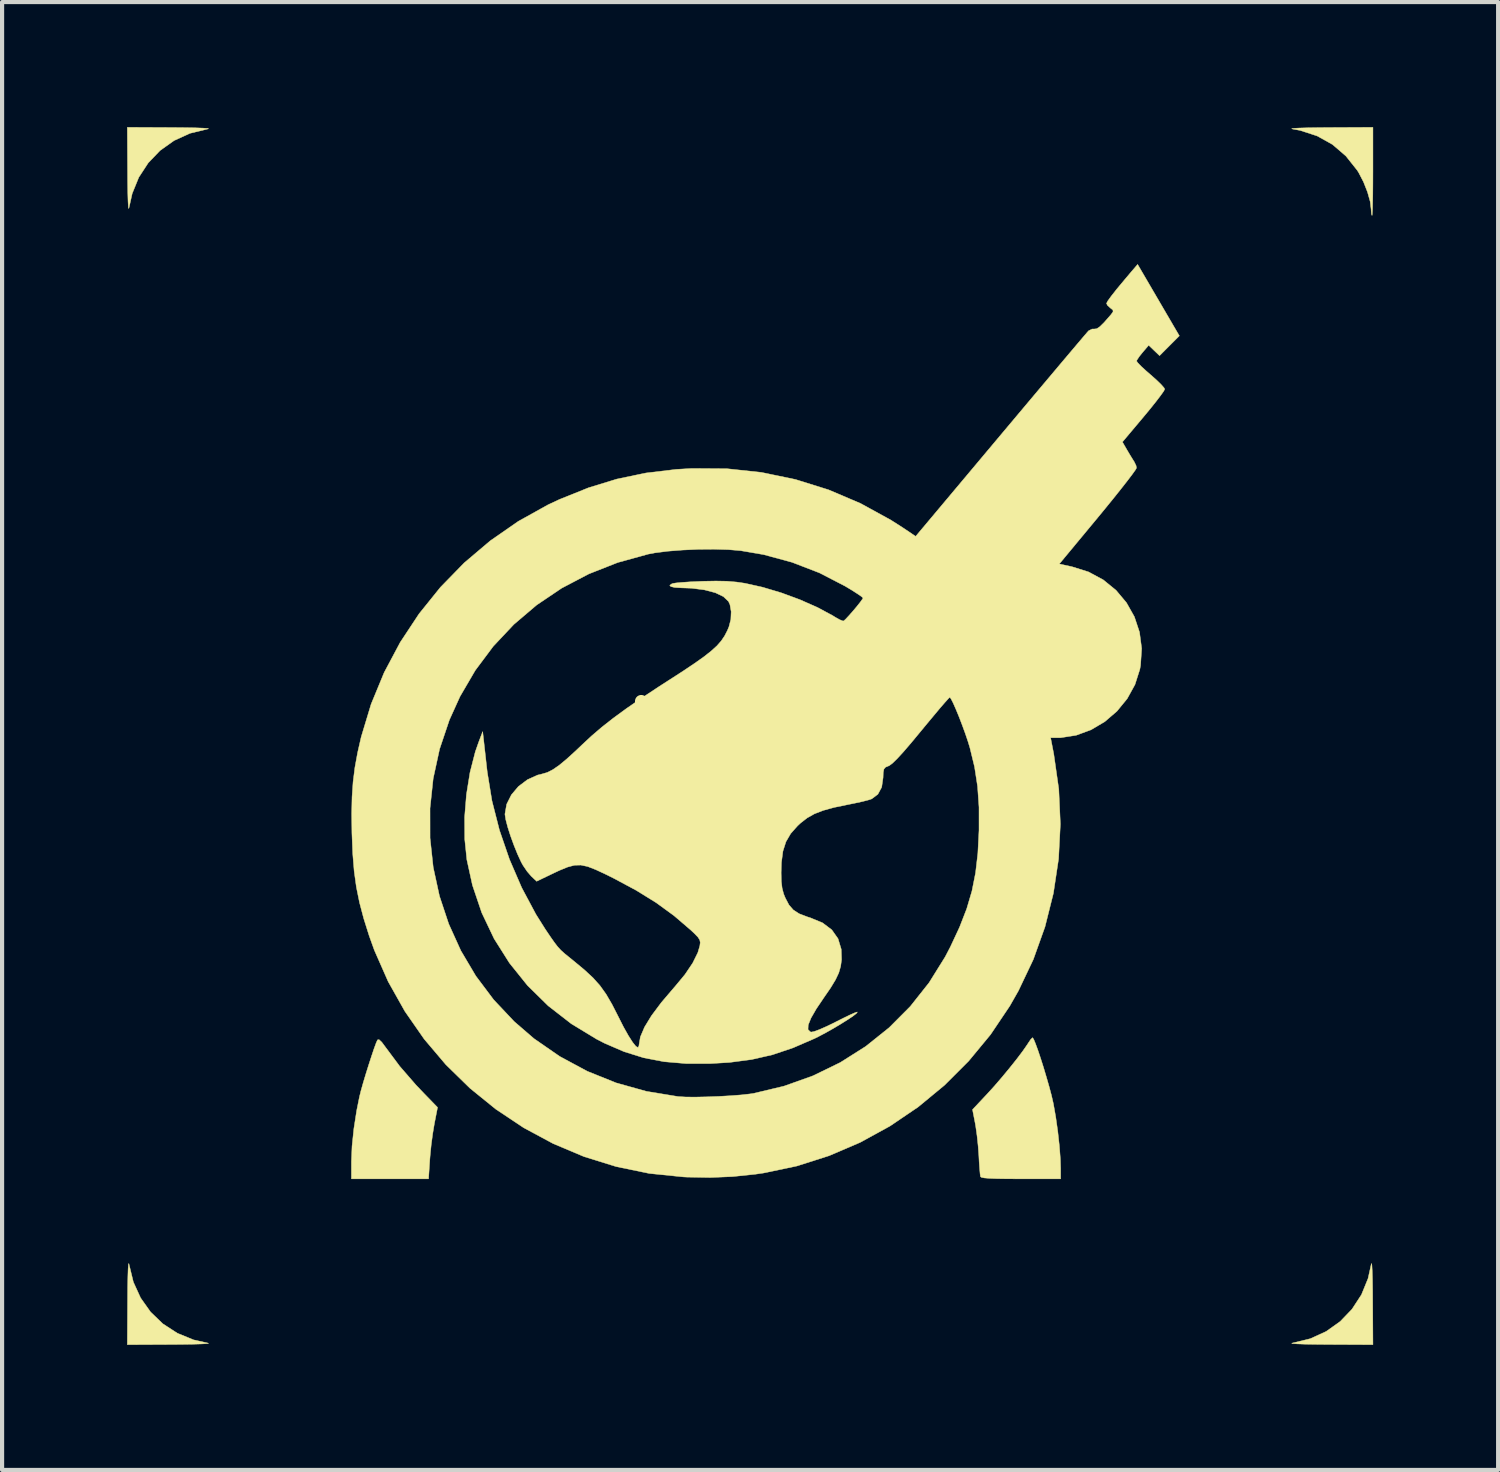
<source format=kicad_pcb>
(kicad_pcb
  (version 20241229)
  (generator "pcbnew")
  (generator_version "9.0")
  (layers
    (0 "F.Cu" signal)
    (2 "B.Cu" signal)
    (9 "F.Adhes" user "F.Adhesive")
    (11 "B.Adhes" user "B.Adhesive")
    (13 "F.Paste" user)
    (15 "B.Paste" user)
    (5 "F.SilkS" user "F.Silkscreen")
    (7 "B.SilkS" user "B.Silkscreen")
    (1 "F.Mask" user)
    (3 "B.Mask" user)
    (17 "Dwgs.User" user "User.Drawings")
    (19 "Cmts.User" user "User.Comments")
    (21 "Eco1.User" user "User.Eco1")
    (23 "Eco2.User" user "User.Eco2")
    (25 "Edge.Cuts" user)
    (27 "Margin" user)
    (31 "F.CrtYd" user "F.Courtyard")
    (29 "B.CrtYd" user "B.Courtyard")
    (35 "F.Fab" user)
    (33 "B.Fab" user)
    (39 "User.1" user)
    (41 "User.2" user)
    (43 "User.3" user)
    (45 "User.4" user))
  (footprint "LOGO"
    (layer "F.Cu")
    (at 14.949 14.61)
    (property "Reference" "LOGO" (at 0 0 0) (layer "F.SilkS") (effects (font (size 1.524 1.524) (thickness 0.3))))
    (attr through_hole)
    (fp_poly (pts (xy -14.901 12.684) (xy -14.799 13.102) (xy -14.625 13.483) (xy -14.387 13.819) (xy -14.091 14.104) (xy -13.744 14.329) (xy -13.355 14.489) (xy -13.022 14.563) (xy -12.994 14.572) (xy -13.046 14.581) (xy -13.174 14.588) (xy -13.375 14.594) (xy -13.645 14.598) (xy -13.875 14.6) (xy -14.944 14.605) (xy -14.938 13.536) (xy -14.936 13.221) (xy -14.931 12.971) (xy -14.925 12.791) (xy -14.917 12.684) (xy -14.908 12.655) (xy -14.901 12.684)) (stroke (width 0.01) (type solid)) (fill yes) (layer "F.SilkS"))
    (fp_poly (pts (xy -13.875 -14.6) (xy -13.559 -14.597) (xy -13.31 -14.593) (xy -13.129 -14.586) (xy -13.023 -14.579) (xy -12.994 -14.57) (xy -13.022 -14.563) (xy -13.441 -14.461) (xy -13.822 -14.287) (xy -14.158 -14.048) (xy -14.442 -13.752) (xy -14.668 -13.406) (xy -14.827 -13.016) (xy -14.901 -12.684) (xy -14.911 -12.655) (xy -14.92 -12.707) (xy -14.927 -12.836) (xy -14.933 -13.037) (xy -14.937 -13.306) (xy -14.938 -13.536) (xy -14.944 -14.605) (xy -13.875 -14.6)) (stroke (width 0.01) (type solid)) (fill yes) (layer "F.SilkS"))
    (fp_poly (pts (xy 14.92 12.707) (xy 14.927 12.836) (xy 14.933 13.037) (xy 14.937 13.306) (xy 14.938 13.536) (xy 14.944 14.605) (xy 13.875 14.6) (xy 13.559 14.597) (xy 13.31 14.593) (xy 13.129 14.586) (xy 13.023 14.579) (xy 12.994 14.57) (xy 13.022 14.563) (xy 13.441 14.461) (xy 13.822 14.287) (xy 14.158 14.048) (xy 14.442 13.752) (xy 14.668 13.406) (xy 14.827 13.016) (xy 14.901 12.684) (xy 14.911 12.655) (xy 14.92 12.707)) (stroke (width 0.01) (type solid)) (fill yes) (layer "F.SilkS"))
    (fp_poly (pts (xy 14.944 -13.547) (xy 14.943 -13.257) (xy 14.941 -12.998) (xy 14.937 -12.781) (xy 14.933 -12.616) (xy 14.927 -12.515) (xy 14.922 -12.488) (xy 14.908 -12.526) (xy 14.901 -12.617) (xy 14.901 -12.632) (xy 14.878 -12.823) (xy 14.813 -13.053) (xy 14.718 -13.294) (xy 14.603 -13.516) (xy 14.569 -13.571) (xy 14.295 -13.916) (xy 13.973 -14.193) (xy 13.605 -14.398) (xy 13.196 -14.531) (xy 13.022 -14.563) (xy 12.994 -14.572) (xy 13.046 -14.581) (xy 13.174 -14.588) (xy 13.375 -14.594) (xy 13.645 -14.598) (xy 13.875 -14.6) (xy 14.944 -14.605) (xy 14.944 -13.547)) (stroke (width 0.01) (type solid)) (fill yes) (layer "F.SilkS"))
    (fp_poly (pts (xy -8.837 7.348) (xy -8.739 7.48) (xy -8.408 7.924) (xy -8.015 8.377) (xy -7.829 8.572) (xy -7.5 8.911) (xy -7.578 9.311) (xy -7.616 9.539) (xy -7.652 9.806) (xy -7.678 10.068) (xy -7.686 10.168) (xy -7.716 10.626) (xy -9.567 10.626) (xy -9.567 10.213) (xy -9.552 9.841) (xy -9.508 9.421) (xy -9.44 8.984) (xy -9.374 8.657) (xy -9.338 8.512) (xy -9.285 8.323) (xy -9.221 8.11) (xy -9.152 7.89) (xy -9.084 7.681) (xy -9.023 7.499) (xy -8.973 7.363) (xy -8.94 7.291) (xy -8.94 7.291) (xy -8.903 7.286) (xy -8.837 7.348)) (stroke (width 0.01) (type solid)) (fill yes) (layer "F.SilkS"))
    (fp_poly (pts (xy 6.804 7.277) (xy 6.848 7.383) (xy 6.906 7.542) (xy 6.972 7.739) (xy 7.042 7.96) (xy 7.111 8.192) (xy 7.176 8.418) (xy 7.231 8.625) (xy 7.271 8.799) (xy 7.277 8.826) (xy 7.333 9.144) (xy 7.382 9.489) (xy 7.42 9.835) (xy 7.444 10.151) (xy 7.451 10.376) (xy 7.451 10.626) (xy 6.497 10.626) (xy 6.17 10.625) (xy 5.92 10.621) (xy 5.738 10.614) (xy 5.617 10.604) (xy 5.549 10.59) (xy 5.527 10.573) (xy 5.518 10.51) (xy 5.507 10.384) (xy 5.495 10.213) (xy 5.488 10.075) (xy 5.471 9.842) (xy 5.445 9.595) (xy 5.414 9.375) (xy 5.401 9.298) (xy 5.336 8.964) (xy 5.679 8.599) (xy 5.854 8.407) (xy 6.041 8.19) (xy 6.228 7.964) (xy 6.401 7.747) (xy 6.547 7.553) (xy 6.653 7.4) (xy 6.677 7.362) (xy 6.734 7.278) (xy 6.775 7.239) (xy 6.778 7.239) (xy 6.804 7.277)) (stroke (width 0.01) (type solid)) (fill yes) (layer "F.SilkS"))
    (fp_poly (pts (xy 10.299 -9.602) (xy 10.061 -9.364) (xy 9.824 -9.126) (xy 9.693 -9.251) (xy 9.563 -9.376) (xy 9.419 -9.207) (xy 9.336 -9.104) (xy 9.283 -9.023) (xy 9.273 -8.996) (xy 9.303 -8.953) (xy 9.384 -8.869) (xy 9.505 -8.758) (xy 9.61 -8.667) (xy 9.75 -8.543) (xy 9.862 -8.434) (xy 9.932 -8.354) (xy 9.948 -8.322) (xy 9.922 -8.272) (xy 9.849 -8.169) (xy 9.739 -8.025) (xy 9.599 -7.85) (xy 9.441 -7.659) (xy 8.933 -7.055) (xy 9.045 -6.861) (xy 9.121 -6.733) (xy 9.189 -6.623) (xy 9.214 -6.584) (xy 9.26 -6.49) (xy 9.271 -6.432) (xy 9.245 -6.385) (xy 9.17 -6.28) (xy 9.054 -6.127) (xy 8.902 -5.933) (xy 8.721 -5.706) (xy 8.516 -5.454) (xy 8.345 -5.246) (xy 7.418 -4.128) (xy 7.723 -4.062) (xy 8.121 -3.937) (xy 8.475 -3.746) (xy 8.78 -3.497) (xy 9.03 -3.199) (xy 9.22 -2.862) (xy 9.343 -2.492) (xy 9.395 -2.1) (xy 9.368 -1.693) (xy 9.351 -1.6) (xy 9.234 -1.233) (xy 9.048 -0.896) (xy 8.803 -0.596) (xy 8.51 -0.344) (xy 8.179 -0.148) (xy 7.822 -0.017) (xy 7.45 0.041) (xy 7.371 0.042) (xy 7.21 0.042) (xy 7.286 0.434) (xy 7.406 1.274) (xy 7.444 2.114) (xy 7.401 2.949) (xy 7.277 3.773) (xy 7.075 4.579) (xy 6.795 5.362) (xy 6.437 6.115) (xy 6.231 6.477) (xy 5.769 7.164) (xy 5.244 7.799) (xy 4.663 8.38) (xy 4.032 8.901) (xy 3.355 9.36) (xy 2.64 9.752) (xy 1.893 10.072) (xy 1.118 10.319) (xy 0.323 10.486) (xy 0.123 10.515) (xy -0.424 10.572) (xy -0.957 10.594) (xy -1.519 10.584) (xy -1.609 10.579) (xy -2.422 10.496) (xy -3.215 10.332) (xy -3.985 10.093) (xy -4.725 9.781) (xy -5.432 9.401) (xy -6.099 8.957) (xy -6.723 8.451) (xy -7.299 7.888) (xy -7.821 7.272) (xy -8.284 6.606) (xy -8.685 5.893) (xy -9.017 5.139) (xy -9.14 4.797) (xy -9.272 4.378) (xy -9.373 3.995) (xy -9.448 3.626) (xy -9.501 3.245) (xy -9.535 2.829) (xy -9.554 2.354) (xy -9.555 2.328) (xy -9.561 1.865) (xy -9.558 1.735) (xy -7.681 1.735) (xy -7.68 2.447) (xy -7.604 3.151) (xy -7.454 3.841) (xy -7.232 4.509) (xy -6.941 5.151) (xy -6.581 5.759) (xy -6.154 6.328) (xy -5.661 6.851) (xy -5.186 7.261) (xy -4.569 7.688) (xy -3.91 8.043) (xy -3.215 8.323) (xy -2.489 8.526) (xy -1.736 8.65) (xy -1.714 8.652) (xy -1.545 8.662) (xy -1.313 8.664) (xy -1.041 8.658) (xy -0.751 8.647) (xy -0.466 8.631) (xy -0.207 8.611) (xy 0.004 8.587) (xy 0.083 8.575) (xy 0.813 8.401) (xy 1.508 8.153) (xy 2.163 7.834) (xy 2.773 7.448) (xy 3.335 6.998) (xy 3.843 6.488) (xy 4.293 5.92) (xy 4.68 5.299) (xy 4.805 5.059) (xy 5.026 4.585) (xy 5.196 4.147) (xy 5.322 3.721) (xy 5.409 3.284) (xy 5.464 2.812) (xy 5.491 2.282) (xy 5.492 2.265) (xy 5.492 1.709) (xy 5.457 1.209) (xy 5.385 0.742) (xy 5.274 0.285) (xy 5.229 0.137) (xy 5.165 -0.053) (xy 5.091 -0.256) (xy 5.014 -0.457) (xy 4.938 -0.641) (xy 4.872 -0.791) (xy 4.82 -0.893) (xy 4.79 -0.93) (xy 4.79 -0.93) (xy 4.757 -0.898) (xy 4.678 -0.81) (xy 4.56 -0.674) (xy 4.413 -0.498) (xy 4.242 -0.293) (xy 4.106 -0.128) (xy 3.868 0.159) (xy 3.677 0.382) (xy 3.527 0.545) (xy 3.416 0.653) (xy 3.34 0.71) (xy 3.322 0.718) (xy 3.248 0.749) (xy 3.21 0.795) (xy 3.194 0.879) (xy 3.19 0.998) (xy 3.157 1.228) (xy 3.065 1.398) (xy 2.917 1.509) (xy 2.835 1.536) (xy 2.691 1.573) (xy 2.507 1.613) (xy 2.344 1.646) (xy 2.015 1.714) (xy 1.754 1.786) (xy 1.544 1.867) (xy 1.368 1.966) (xy 1.21 2.089) (xy 1.136 2.158) (xy 0.973 2.342) (xy 0.859 2.538) (xy 0.787 2.763) (xy 0.751 3.036) (xy 0.744 3.281) (xy 0.749 3.494) (xy 0.768 3.652) (xy 0.804 3.788) (xy 0.844 3.886) (xy 0.932 4.053) (xy 1.036 4.173) (xy 1.176 4.264) (xy 1.375 4.34) (xy 1.448 4.363) (xy 1.738 4.483) (xy 1.959 4.65) (xy 2.109 4.862) (xy 2.186 5.116) (xy 2.194 5.367) (xy 2.172 5.528) (xy 2.127 5.683) (xy 2.049 5.848) (xy 1.931 6.043) (xy 1.778 6.265) (xy 1.589 6.545) (xy 1.461 6.767) (xy 1.394 6.933) (xy 1.389 7.043) (xy 1.444 7.098) (xy 1.467 7.104) (xy 1.537 7.09) (xy 1.665 7.043) (xy 1.833 6.969) (xy 2.024 6.877) (xy 2.056 6.86) (xy 2.241 6.767) (xy 2.398 6.691) (xy 2.512 6.641) (xy 2.569 6.622) (xy 2.573 6.623) (xy 2.552 6.655) (xy 2.47 6.719) (xy 2.341 6.806) (xy 2.179 6.908) (xy 1.998 7.016) (xy 1.812 7.121) (xy 1.634 7.215) (xy 1.545 7.259) (xy 1.03 7.482) (xy 0.534 7.649) (xy 0.034 7.763) (xy -0.498 7.833) (xy -0.955 7.86) (xy -1.537 7.86) (xy -2.064 7.815) (xy -2.554 7.721) (xy -3.025 7.574) (xy -3.495 7.371) (xy -3.683 7.274) (xy -4.292 6.904) (xy -4.847 6.473) (xy -5.342 5.986) (xy -5.775 5.447) (xy -6.143 4.864) (xy -6.44 4.24) (xy -6.663 3.58) (xy -6.797 2.969) (xy -6.848 2.477) (xy -6.851 1.947) (xy -6.807 1.403) (xy -6.721 0.871) (xy -6.594 0.376) (xy -6.514 0.148) (xy -6.417 -0.106) (xy -6.388 0.148) (xy -6.371 0.301) (xy -6.348 0.505) (xy -6.323 0.731) (xy -6.307 0.868) (xy -6.195 1.554) (xy -6.015 2.259) (xy -5.774 2.961) (xy -5.48 3.641) (xy -5.14 4.278) (xy -4.915 4.636) (xy -4.788 4.824) (xy -4.693 4.959) (xy -4.615 5.06) (xy -4.539 5.142) (xy -4.449 5.223) (xy -4.329 5.32) (xy -4.244 5.389) (xy -3.981 5.607) (xy -3.772 5.8) (xy -3.603 5.989) (xy -3.456 6.195) (xy -3.315 6.437) (xy -3.176 6.709) (xy -3.041 6.976) (xy -2.921 7.19) (xy -2.82 7.348) (xy -2.742 7.445) (xy -2.69 7.475) (xy -2.668 7.433) (xy -2.667 7.417) (xy -2.634 7.22) (xy -2.534 6.985) (xy -2.367 6.711) (xy -2.13 6.394) (xy -1.824 6.035) (xy -1.807 6.016) (xy -1.564 5.723) (xy -1.378 5.447) (xy -1.255 5.198) (xy -1.207 5.035) (xy -1.197 4.956) (xy -1.209 4.893) (xy -1.253 4.825) (xy -1.342 4.733) (xy -1.435 4.647) (xy -1.826 4.312) (xy -2.254 4) (xy -2.734 3.703) (xy -3.279 3.411) (xy -3.454 3.324) (xy -3.702 3.208) (xy -3.897 3.132) (xy -4.062 3.097) (xy -4.216 3.101) (xy -4.381 3.145) (xy -4.578 3.226) (xy -4.71 3.288) (xy -5.123 3.486) (xy -5.254 3.362) (xy -5.351 3.249) (xy -5.45 3.103) (xy -5.491 3.03) (xy -5.578 2.842) (xy -5.666 2.625) (xy -5.748 2.4) (xy -5.816 2.188) (xy -5.863 2.008) (xy -5.883 1.882) (xy -5.883 1.871) (xy -5.842 1.637) (xy -5.729 1.411) (xy -5.559 1.21) (xy -5.344 1.048) (xy -5.099 0.937) (xy -4.989 0.91) (xy -4.868 0.875) (xy -4.736 0.808) (xy -4.584 0.704) (xy -4.402 0.553) (xy -4.18 0.351) (xy -4.031 0.209) (xy -3.802 -0.004) (xy -3.555 -0.215) (xy -3.28 -0.431) (xy -2.967 -0.66) (xy -2.604 -0.91) (xy -2.183 -1.188) (xy -1.947 -1.34) (xy -1.604 -1.561) (xy -1.326 -1.748) (xy -1.104 -1.905) (xy -0.93 -2.043) (xy -0.795 -2.166) (xy -0.692 -2.284) (xy -0.612 -2.403) (xy -0.546 -2.531) (xy -0.509 -2.619) (xy -0.463 -2.796) (xy -0.455 -2.985) (xy -0.484 -3.152) (xy -0.519 -3.229) (xy -0.641 -3.345) (xy -0.836 -3.438) (xy -1.094 -3.506) (xy -1.405 -3.546) (xy -1.659 -3.555) (xy -1.81 -3.564) (xy -1.903 -3.586) (xy -1.929 -3.616) (xy -1.88 -3.651) (xy -1.852 -3.661) (xy -1.776 -3.673) (xy -1.635 -3.686) (xy -1.444 -3.699) (xy -1.224 -3.709) (xy -1.143 -3.713) (xy -0.822 -3.719) (xy -0.558 -3.714) (xy -0.324 -3.694) (xy -0.127 -3.665) (xy 0.296 -3.571) (xy 0.745 -3.437) (xy 1.193 -3.272) (xy 1.614 -3.086) (xy 1.981 -2.889) (xy 2.043 -2.85) (xy 2.148 -2.791) (xy 2.224 -2.761) (xy 2.242 -2.76) (xy 2.285 -2.797) (xy 2.364 -2.881) (xy 2.461 -2.991) (xy 2.56 -3.108) (xy 2.644 -3.214) (xy 2.698 -3.289) (xy 2.709 -3.311) (xy 2.675 -3.344) (xy 2.582 -3.408) (xy 2.444 -3.497) (xy 2.277 -3.597) (xy 1.664 -3.914) (xy 1.005 -4.168) (xy 0.322 -4.353) (xy -0.226 -4.447) (xy -0.522 -4.472) (xy -0.869 -4.482) (xy -1.243 -4.479) (xy -1.621 -4.462) (xy -1.977 -4.434) (xy -2.288 -4.394) (xy -2.446 -4.364) (xy -3.178 -4.162) (xy -3.871 -3.889) (xy -4.521 -3.548) (xy -5.122 -3.143) (xy -5.67 -2.677) (xy -6.163 -2.153) (xy -6.595 -1.575) (xy -6.962 -0.947) (xy -7.216 -0.386) (xy -7.451 0.312) (xy -7.605 1.022) (xy -7.681 1.735) (xy -9.558 1.735) (xy -9.552 1.463) (xy -9.527 1.1) (xy -9.483 0.752) (xy -9.418 0.397) (xy -9.332 0.021) (xy -9.094 -0.766) (xy -8.781 -1.524) (xy -8.396 -2.248) (xy -7.944 -2.932) (xy -7.431 -3.569) (xy -6.86 -4.155) (xy -6.236 -4.684) (xy -5.565 -5.15) (xy -4.85 -5.548) (xy -4.576 -5.676) (xy -3.88 -5.956) (xy -3.196 -6.166) (xy -2.501 -6.311) (xy -1.773 -6.398) (xy -1.397 -6.42) (xy -0.558 -6.414) (xy 0.272 -6.325) (xy 1.087 -6.156) (xy 1.881 -5.908) (xy 2.647 -5.582) (xy 3.378 -5.181) (xy 3.669 -4.995) (xy 3.972 -4.791) (xy 6.015 -7.226) (xy 6.345 -7.619) (xy 6.66 -7.994) (xy 6.956 -8.346) (xy 7.228 -8.669) (xy 7.472 -8.959) (xy 7.684 -9.21) (xy 7.859 -9.417) (xy 7.993 -9.575) (xy 8.082 -9.679) (xy 8.12 -9.723) (xy 8.121 -9.723) (xy 8.205 -9.766) (xy 8.258 -9.766) (xy 8.315 -9.772) (xy 8.39 -9.821) (xy 8.493 -9.922) (xy 8.634 -10.083) (xy 8.656 -10.108) (xy 8.708 -10.179) (xy 8.704 -10.222) (xy 8.644 -10.269) (xy 8.574 -10.333) (xy 8.551 -10.38) (xy 8.58 -10.437) (xy 8.663 -10.552) (xy 8.798 -10.724) (xy 8.984 -10.947) (xy 9.156 -11.151) (xy 9.298 -11.316) (xy 10.299 -9.602)) (stroke (width 0.01) (type solid)) (fill yes) (layer "F.SilkS")))
  (gr_rect
    (start -3 -3)
    (end 32.897 32.22)
    (stroke (width 0.1) (type default))
    (fill no)
    (layer "Edge.Cuts")))
</source>
